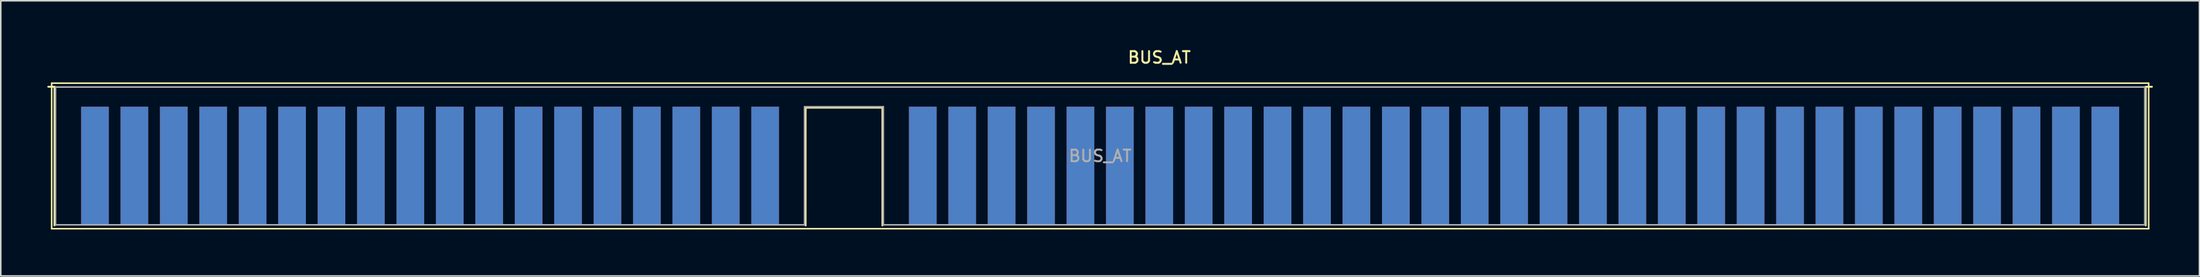
<source format=kicad_pcb>
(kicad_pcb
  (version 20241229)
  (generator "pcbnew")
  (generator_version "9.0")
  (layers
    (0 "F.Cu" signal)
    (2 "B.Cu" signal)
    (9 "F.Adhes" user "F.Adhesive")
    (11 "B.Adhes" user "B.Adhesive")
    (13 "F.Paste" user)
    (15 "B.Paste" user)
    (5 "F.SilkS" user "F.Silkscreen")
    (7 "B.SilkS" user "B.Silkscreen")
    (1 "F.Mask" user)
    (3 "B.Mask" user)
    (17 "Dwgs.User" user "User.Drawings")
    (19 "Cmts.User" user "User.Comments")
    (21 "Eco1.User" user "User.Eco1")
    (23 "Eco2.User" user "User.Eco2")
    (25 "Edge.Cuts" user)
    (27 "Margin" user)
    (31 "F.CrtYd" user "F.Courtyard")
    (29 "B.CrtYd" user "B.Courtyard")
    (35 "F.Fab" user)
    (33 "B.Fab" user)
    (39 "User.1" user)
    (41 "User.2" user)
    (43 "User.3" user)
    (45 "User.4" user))
  (footprint "BUS_AT"
    (layer "F.Cu")
    (at 132.61 7.648)
    (property "Reference" "BUS_AT" (at -60.96 -6.99 0) (layer "F.SilkS") (effects (font (size 0.75 0.75) (thickness 0.125))))
    (attr exclude_from_pos_files exclude_from_bom)
    (fp_line (start -132.33 -5.33) (end -132.33 4.06) (stroke (width 0.1) (type solid)) (layer "F.SilkS"))
    (fp_line (start -132.33 -5.33) (end 2.79 -5.33) (stroke (width 0.1) (type solid)) (layer "F.SilkS"))
    (fp_line (start -132.15 -5.1) (end -132.55 -5.1) (stroke (width 0.12) (type solid)) (layer "F.SilkS"))
    (fp_line (start -132.15 3.85) (end -132.15 -5.1) (stroke (width 0.12) (type solid)) (layer "F.SilkS"))
    (fp_line (start -83.75 -3.75) (end -78.8 -3.75) (stroke (width 0.12) (type solid)) (layer "F.SilkS"))
    (fp_line (start -83.75 3.85) (end -83.75 -3.75) (stroke (width 0.12) (type solid)) (layer "F.SilkS"))
    (fp_line (start -78.8 -3.75) (end -78.8 3.85) (stroke (width 0.12) (type solid)) (layer "F.SilkS"))
    (fp_line (start 2.6 -5.1) (end 3 -5.1) (stroke (width 0.12) (type solid)) (layer "F.SilkS"))
    (fp_line (start 2.6 3.85) (end 2.6 -5.1) (stroke (width 0.12) (type solid)) (layer "F.SilkS"))
    (fp_line (start 2.79 4.06) (end -132.33 4.06) (stroke (width 0.1) (type solid)) (layer "F.SilkS"))
    (fp_line (start 2.79 4.06) (end 2.79 -5.33) (stroke (width 0.1) (type solid)) (layer "F.SilkS"))
    (fp_line (start -132.08 -5.08) (end 2.54 -5.08) (stroke (width 0.1) (type solid)) (layer "F.Fab"))
    (fp_line (start -132.08 3.81) (end -132.08 -5.08) (stroke (width 0.1) (type solid)) (layer "F.Fab"))
    (fp_line (start -83.82 -3.81) (end -83.82 3.81) (stroke (width 0.1) (type solid)) (layer "F.Fab"))
    (fp_line (start -83.82 3.81) (end -132.08 3.81) (stroke (width 0.1) (type solid)) (layer "F.Fab"))
    (fp_line (start -78.74 -3.81) (end -83.82 -3.81) (stroke (width 0.1) (type solid)) (layer "F.Fab"))
    (fp_line (start -78.74 3.81) (end -78.74 -3.81) (stroke (width 0.1) (type solid)) (layer "F.Fab"))
    (fp_line (start 2.54 -5.08) (end 2.54 3.81) (stroke (width 0.1) (type solid)) (layer "F.Fab"))
    (fp_line (start 2.54 3.81) (end -78.74 3.81) (stroke (width 0.1) (type solid)) (layer "F.Fab"))
    (fp_text user "${REFERENCE}" (at -64.77 -0.635 0) (layer "F.Fab") (effects (font (size 0.75 0.75) (thickness 0.125))))
    (pad "1" connect rect (at 0 0) (size 1.78 7.62) (layers "B.Cu" "B.Mask"))
    (pad "2" connect rect (at -2.54 0) (size 1.78 7.62) (layers "B.Cu" "B.Mask"))
    (pad "3" connect rect (at -5.08 0) (size 1.78 7.62) (layers "B.Cu" "B.Mask"))
    (pad "4" connect rect (at -7.62 0) (size 1.78 7.62) (layers "B.Cu" "B.Mask"))
    (pad "5" connect rect (at -10.16 0) (size 1.78 7.62) (layers "B.Cu" "B.Mask"))
    (pad "6" connect rect (at -12.7 0) (size 1.78 7.62) (layers "B.Cu" "B.Mask"))
    (pad "7" connect rect (at -15.24 0) (size 1.78 7.62) (layers "B.Cu" "B.Mask"))
    (pad "8" connect rect (at -17.78 0) (size 1.78 7.62) (layers "B.Cu" "B.Mask"))
    (pad "9" connect rect (at -20.32 0) (size 1.78 7.62) (layers "B.Cu" "B.Mask"))
    (pad "10" connect rect (at -22.86 0) (size 1.78 7.62) (layers "B.Cu" "B.Mask"))
    (pad "11" connect rect (at -25.4 0) (size 1.78 7.62) (layers "B.Cu" "B.Mask"))
    (pad "12" connect rect (at -27.94 0) (size 1.78 7.62) (layers "B.Cu" "B.Mask"))
    (pad "13" connect rect (at -30.48 0) (size 1.78 7.62) (layers "B.Cu" "B.Mask"))
    (pad "14" connect rect (at -33.02 0) (size 1.78 7.62) (layers "B.Cu" "B.Mask"))
    (pad "15" connect rect (at -35.56 0) (size 1.78 7.62) (layers "B.Cu" "B.Mask"))
    (pad "16" connect rect (at -38.1 0) (size 1.78 7.62) (layers "B.Cu" "B.Mask"))
    (pad "17" connect rect (at -40.64 0) (size 1.78 7.62) (layers "B.Cu" "B.Mask"))
    (pad "18" connect rect (at -43.18 0) (size 1.78 7.62) (layers "B.Cu" "B.Mask"))
    (pad "19" connect rect (at -45.72 0) (size 1.78 7.62) (layers "B.Cu" "B.Mask"))
    (pad "20" connect rect (at -48.26 0) (size 1.78 7.62) (layers "B.Cu" "B.Mask"))
    (pad "21" connect rect (at -50.8 0) (size 1.78 7.62) (layers "B.Cu" "B.Mask"))
    (pad "22" connect rect (at -53.34 0) (size 1.78 7.62) (layers "B.Cu" "B.Mask"))
    (pad "23" connect rect (at -55.88 0) (size 1.78 7.62) (layers "B.Cu" "B.Mask"))
    (pad "24" connect rect (at -58.42 0) (size 1.78 7.62) (layers "B.Cu" "B.Mask"))
    (pad "25" connect rect (at -60.96 0) (size 1.78 7.62) (layers "B.Cu" "B.Mask"))
    (pad "26" connect rect (at -63.5 0) (size 1.78 7.62) (layers "B.Cu" "B.Mask"))
    (pad "27" connect rect (at -66.04 0) (size 1.78 7.62) (layers "B.Cu" "B.Mask"))
    (pad "28" connect rect (at -68.58 0) (size 1.78 7.62) (layers "B.Cu" "B.Mask"))
    (pad "29" connect rect (at -71.12 0) (size 1.78 7.62) (layers "B.Cu" "B.Mask"))
    (pad "30" connect rect (at -73.66 0) (size 1.78 7.62) (layers "B.Cu" "B.Mask"))
    (pad "31" connect rect (at -76.2 0) (size 1.78 7.62) (layers "B.Cu" "B.Mask"))
    (pad "32" connect rect (at 0 0) (size 1.78 7.62) (layers "F.Cu" "F.Mask"))
    (pad "33" connect rect (at -2.54 0) (size 1.78 7.62) (layers "F.Cu" "F.Mask"))
    (pad "34" connect rect (at -5.08 0) (size 1.78 7.62) (layers "F.Cu" "F.Mask"))
    (pad "35" connect rect (at -7.62 0) (size 1.78 7.62) (layers "F.Cu" "F.Mask"))
    (pad "36" connect rect (at -10.16 0) (size 1.78 7.62) (layers "F.Cu" "F.Mask"))
    (pad "37" connect rect (at -12.7 0) (size 1.78 7.62) (layers "F.Cu" "F.Mask"))
    (pad "38" connect rect (at -15.24 0) (size 1.78 7.62) (layers "F.Cu" "F.Mask"))
    (pad "39" connect rect (at -17.78 0) (size 1.78 7.62) (layers "F.Cu" "F.Mask"))
    (pad "40" connect rect (at -20.32 0) (size 1.78 7.62) (layers "F.Cu" "F.Mask"))
    (pad "41" connect rect (at -22.86 0) (size 1.78 7.62) (layers "F.Cu" "F.Mask"))
    (pad "42" connect rect (at -25.4 0) (size 1.78 7.62) (layers "F.Cu" "F.Mask"))
    (pad "43" connect rect (at -27.94 0) (size 1.78 7.62) (layers "F.Cu" "F.Mask"))
    (pad "44" connect rect (at -30.48 0) (size 1.78 7.62) (layers "F.Cu" "F.Mask"))
    (pad "45" connect rect (at -33.02 0) (size 1.78 7.62) (layers "F.Cu" "F.Mask"))
    (pad "46" connect rect (at -35.56 0) (size 1.78 7.62) (layers "F.Cu" "F.Mask"))
    (pad "47" connect rect (at -38.1 0) (size 1.78 7.62) (layers "F.Cu" "F.Mask"))
    (pad "48" connect rect (at -40.64 0) (size 1.78 7.62) (layers "F.Cu" "F.Mask"))
    (pad "49" connect rect (at -43.18 0) (size 1.78 7.62) (layers "F.Cu" "F.Mask"))
    (pad "50" connect rect (at -45.72 0) (size 1.78 7.62) (layers "F.Cu" "F.Mask"))
    (pad "51" connect rect (at -48.26 0) (size 1.78 7.62) (layers "F.Cu" "F.Mask"))
    (pad "52" connect rect (at -50.8 0) (size 1.78 7.62) (layers "F.Cu" "F.Mask"))
    (pad "53" connect rect (at -53.34 0) (size 1.78 7.62) (layers "F.Cu" "F.Mask"))
    (pad "54" connect rect (at -55.88 0) (size 1.78 7.62) (layers "F.Cu" "F.Mask"))
    (pad "55" connect rect (at -58.42 0) (size 1.78 7.62) (layers "F.Cu" "F.Mask"))
    (pad "56" connect rect (at -60.96 0) (size 1.78 7.62) (layers "F.Cu" "F.Mask"))
    (pad "57" connect rect (at -63.5 0) (size 1.78 7.62) (layers "F.Cu" "F.Mask"))
    (pad "58" connect rect (at -66.04 0) (size 1.78 7.62) (layers "F.Cu" "F.Mask"))
    (pad "59" connect rect (at -68.58 0) (size 1.78 7.62) (layers "F.Cu" "F.Mask"))
    (pad "60" connect rect (at -71.12 0) (size 1.78 7.62) (layers "F.Cu" "F.Mask"))
    (pad "61" connect rect (at -73.66 0) (size 1.78 7.62) (layers "F.Cu" "F.Mask"))
    (pad "62" connect rect (at -76.2 0) (size 1.78 7.62) (layers "F.Cu" "F.Mask"))
    (pad "63" connect rect (at -86.36 0) (size 1.78 7.62) (layers "B.Cu" "B.Mask"))
    (pad "64" connect rect (at -88.9 0) (size 1.78 7.62) (layers "B.Cu" "B.Mask"))
    (pad "65" connect rect (at -91.44 0) (size 1.78 7.62) (layers "B.Cu" "B.Mask"))
    (pad "66" connect rect (at -93.98 0) (size 1.78 7.62) (layers "B.Cu" "B.Mask"))
    (pad "67" connect rect (at -96.52 0) (size 1.78 7.62) (layers "B.Cu" "B.Mask"))
    (pad "68" connect rect (at -99.06 0) (size 1.78 7.62) (layers "B.Cu" "B.Mask"))
    (pad "69" connect rect (at -101.6 0) (size 1.78 7.62) (layers "B.Cu" "B.Mask"))
    (pad "70" connect rect (at -104.14 0) (size 1.78 7.62) (layers "B.Cu" "B.Mask"))
    (pad "71" connect rect (at -106.68 0) (size 1.78 7.62) (layers "B.Cu" "B.Mask"))
    (pad "72" connect rect (at -109.22 0) (size 1.78 7.62) (layers "B.Cu" "B.Mask"))
    (pad "73" connect rect (at -111.76 0) (size 1.78 7.62) (layers "B.Cu" "B.Mask"))
    (pad "74" connect rect (at -114.3 0) (size 1.78 7.62) (layers "B.Cu" "B.Mask"))
    (pad "75" connect rect (at -116.84 0) (size 1.78 7.62) (layers "B.Cu" "B.Mask"))
    (pad "76" connect rect (at -119.38 0) (size 1.78 7.62) (layers "B.Cu" "B.Mask"))
    (pad "77" connect rect (at -121.92 0) (size 1.78 7.62) (layers "B.Cu" "B.Mask"))
    (pad "78" connect rect (at -124.46 0) (size 1.78 7.62) (layers "B.Cu" "B.Mask"))
    (pad "79" connect rect (at -127 0) (size 1.78 7.62) (layers "B.Cu" "B.Mask"))
    (pad "80" connect rect (at -129.54 0) (size 1.78 7.62) (layers "B.Cu" "B.Mask"))
    (pad "81" connect rect (at -86.36 0) (size 1.78 7.62) (layers "F.Cu" "F.Mask"))
    (pad "82" connect rect (at -88.9 0) (size 1.78 7.62) (layers "F.Cu" "F.Mask"))
    (pad "83" connect rect (at -91.44 0) (size 1.78 7.62) (layers "F.Cu" "F.Mask"))
    (pad "84" connect rect (at -93.98 0) (size 1.78 7.62) (layers "F.Cu" "F.Mask"))
    (pad "85" connect rect (at -96.52 0) (size 1.78 7.62) (layers "F.Cu" "F.Mask"))
    (pad "86" connect rect (at -99.06 0) (size 1.78 7.62) (layers "F.Cu" "F.Mask"))
    (pad "87" connect rect (at -101.6 0) (size 1.78 7.62) (layers "F.Cu" "F.Mask"))
    (pad "88" connect rect (at -104.14 0) (size 1.78 7.62) (layers "F.Cu" "F.Mask"))
    (pad "89" connect rect (at -106.68 0) (size 1.78 7.62) (layers "F.Cu" "F.Mask"))
    (pad "90" connect rect (at -109.22 0) (size 1.78 7.62) (layers "F.Cu" "F.Mask"))
    (pad "91" connect rect (at -111.76 0) (size 1.78 7.62) (layers "F.Cu" "F.Mask"))
    (pad "92" connect rect (at -114.3 0) (size 1.78 7.62) (layers "F.Cu" "F.Mask"))
    (pad "93" connect rect (at -116.84 0) (size 1.78 7.62) (layers "F.Cu" "F.Mask"))
    (pad "94" connect rect (at -119.38 0) (size 1.78 7.62) (layers "F.Cu" "F.Mask"))
    (pad "95" connect rect (at -121.92 0) (size 1.78 7.62) (layers "F.Cu" "F.Mask"))
    (pad "96" connect rect (at -124.46 0) (size 1.78 7.62) (layers "F.Cu" "F.Mask"))
    (pad "97" connect rect (at -127 0) (size 1.78 7.62) (layers "F.Cu" "F.Mask"))
    (pad "98" connect rect (at -129.54 0) (size 1.78 7.62) (layers "F.Cu" "F.Mask")))
  (gr_rect
    (start -3 -3)
    (end 138.67 14.758)
    (stroke (width 0.1) (type default))
    (fill no)
    (layer "Edge.Cuts")))
</source>
